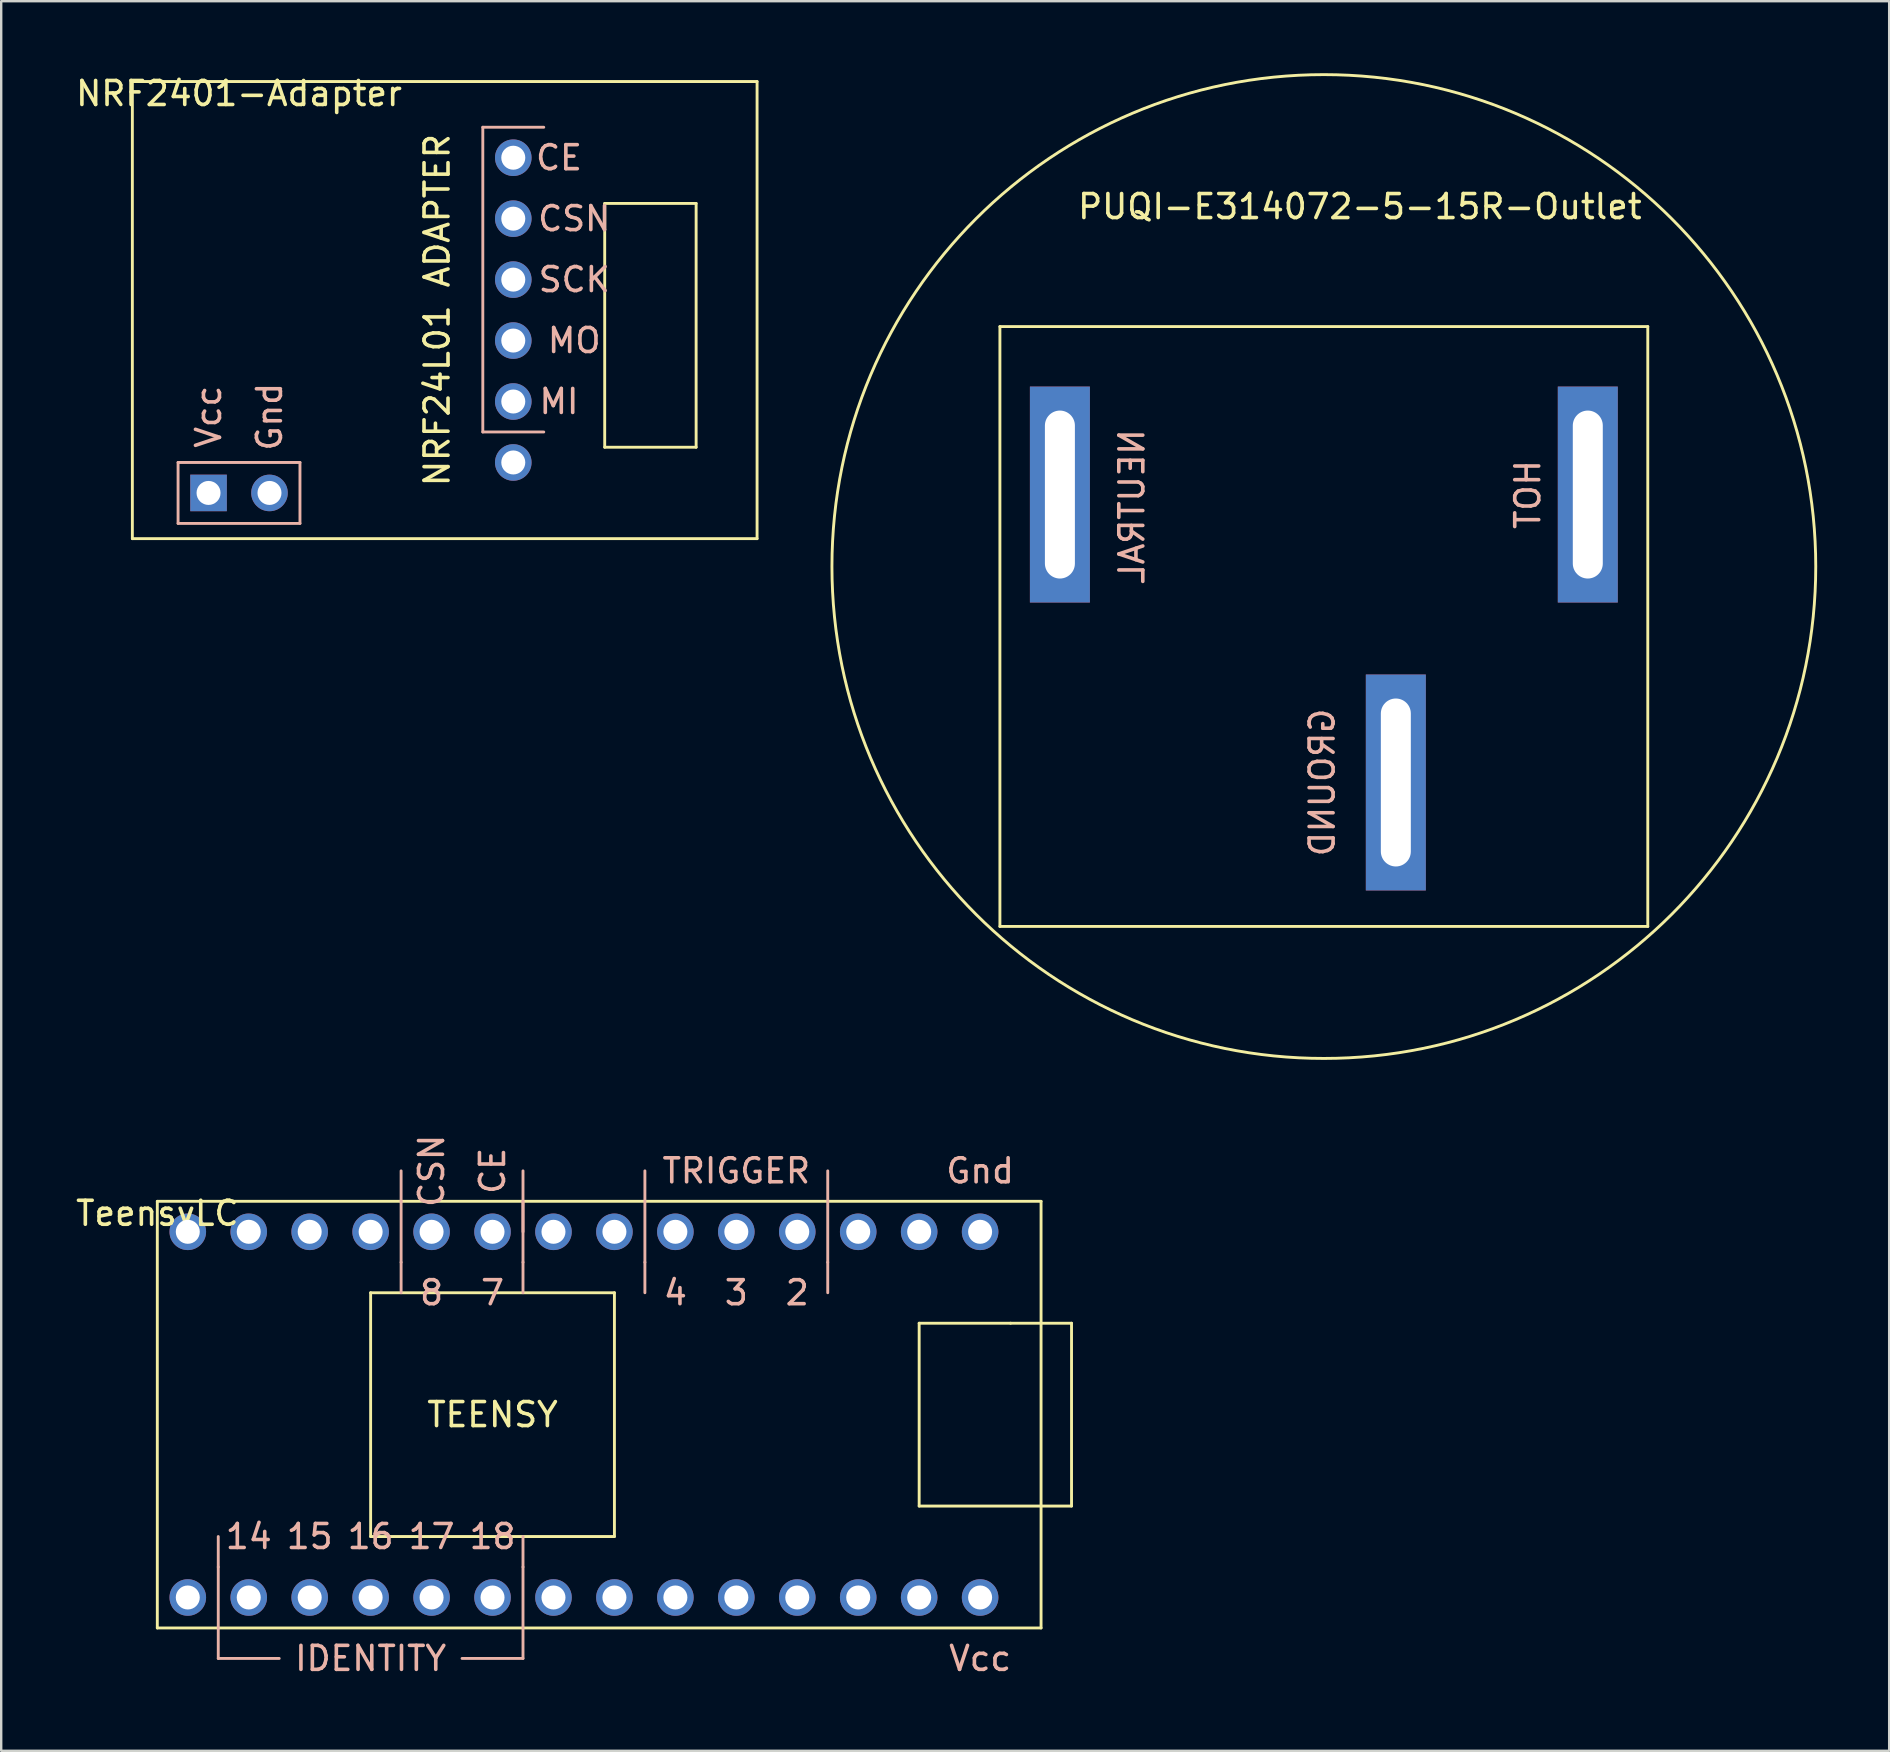
<source format=kicad_pcb>
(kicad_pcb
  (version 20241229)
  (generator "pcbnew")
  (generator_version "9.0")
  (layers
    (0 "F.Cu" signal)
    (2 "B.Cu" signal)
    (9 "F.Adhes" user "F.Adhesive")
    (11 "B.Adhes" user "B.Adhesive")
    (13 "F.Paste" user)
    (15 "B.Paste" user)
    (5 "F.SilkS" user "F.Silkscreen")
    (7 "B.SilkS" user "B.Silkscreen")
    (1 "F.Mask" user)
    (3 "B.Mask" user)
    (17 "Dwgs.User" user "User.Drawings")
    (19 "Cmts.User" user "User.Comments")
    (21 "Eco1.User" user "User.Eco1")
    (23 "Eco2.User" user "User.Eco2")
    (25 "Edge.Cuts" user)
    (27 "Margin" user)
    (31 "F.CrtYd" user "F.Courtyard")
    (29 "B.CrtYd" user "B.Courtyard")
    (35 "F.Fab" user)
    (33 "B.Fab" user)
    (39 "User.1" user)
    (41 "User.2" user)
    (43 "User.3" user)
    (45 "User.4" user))
  (footprint "PUQI-E314072-5-15R-Outlet"
    (layer "F.Cu")
    (at 38.621 10.56)
    (property "Reference" "PUQI-E314072-5-15R-Outlet" (at 15 -5 0) (layer "F.SilkS") (effects (font (size 1 1) (thickness 0.15))))
    (attr through_hole)
    (fp_line (start 0 0) (end 27 0) (stroke (width 0.12) (type solid)) (layer "F.SilkS"))
    (fp_line (start 0 25) (end 0 0) (stroke (width 0.12) (type solid)) (layer "F.SilkS"))
    (fp_line (start 27 0) (end 27 25) (stroke (width 0.12) (type solid)) (layer "F.SilkS"))
    (fp_line (start 27 25) (end 0 25) (stroke (width 0.12) (type solid)) (layer "F.SilkS"))
    (fp_circle (center 13.5 10) (end 34 10) (stroke (width 0.12) (type solid)) (fill no) (layer "F.SilkS"))
    (fp_text user "GROUND" (at 13.43 19 90) (layer "B.SilkS") (effects (font (size 1 1) (thickness 0.15)) (justify mirror)))
    (fp_text user "HOT" (at 22 7 90) (layer "B.SilkS") (effects (font (size 1 1) (thickness 0.15)) (justify mirror)))
    (fp_text user "NEUTRAL" (at 5.5 7.5 90) (layer "B.SilkS") (effects (font (size 1 1) (thickness 0.15)) (justify mirror)))
    (pad "1" thru_hole rect (at 2.5 7) (size 2.5 9) (drill oval 1.25 7) (layers "*.Cu" "*.Mask"))
    (pad "1" thru_hole rect (at 16.5 19) (size 2.5 9) (drill oval 1.25 7) (layers "*.Cu" "*.Mask"))
    (pad "1" thru_hole rect (at 24.5 7) (size 2.5 9) (drill oval 1.25 7) (layers "*.Cu" "*.Mask")))
  (footprint "NRF2401-Adapter"
    (layer "F.Cu")
    (at 6.911 0.348)
    (property "Reference" "NRF2401-Adapter" (at 0 0.5 0) (layer "F.SilkS") (effects (font (size 1 1) (thickness 0.15))))
    (attr through_hole)
    (fp_line (start -4.445 0) (end -4.445 19.05) (stroke (width 0.12) (type solid)) (layer "F.SilkS"))
    (fp_line (start -4.445 19.05) (end 21.59 19.05) (stroke (width 0.12) (type solid)) (layer "F.SilkS"))
    (fp_line (start 15.24 5.08) (end 19.05 5.08) (stroke (width 0.12) (type solid)) (layer "F.SilkS"))
    (fp_line (start 15.24 15.24) (end 15.24 5.08) (stroke (width 0.12) (type solid)) (layer "F.SilkS"))
    (fp_line (start 19.05 5.08) (end 19.05 15.24) (stroke (width 0.12) (type solid)) (layer "F.SilkS"))
    (fp_line (start 19.05 15.24) (end 15.24 15.24) (stroke (width 0.12) (type solid)) (layer "F.SilkS"))
    (fp_line (start 21.59 0) (end -4.445 0) (stroke (width 0.12) (type solid)) (layer "F.SilkS"))
    (fp_line (start 21.59 0) (end 21.59 19.05) (stroke (width 0.12) (type solid)) (layer "F.SilkS"))
    (fp_line (start -2.54 15.875) (end 2.54 15.875) (stroke (width 0.12) (type solid)) (layer "B.SilkS"))
    (fp_line (start -2.54 18.415) (end -2.54 15.875) (stroke (width 0.12) (type solid)) (layer "B.SilkS"))
    (fp_line (start 2.54 15.875) (end 2.54 18.415) (stroke (width 0.12) (type solid)) (layer "B.SilkS"))
    (fp_line (start 2.54 18.415) (end -2.54 18.415) (stroke (width 0.12) (type solid)) (layer "B.SilkS"))
    (fp_line (start 10.16 1.905) (end 10.16 14.605) (stroke (width 0.12) (type solid)) (layer "B.SilkS"))
    (fp_line (start 10.16 14.605) (end 12.7 14.605) (stroke (width 0.12) (type solid)) (layer "B.SilkS"))
    (fp_line (start 12.7 1.905) (end 10.16 1.905) (stroke (width 0.12) (type solid)) (layer "B.SilkS"))
    (fp_text user "NRF24L01 ADAPTER" (at 8.255 9.525 90) (layer "F.SilkS") (effects (font (size 1 1) (thickness 0.15))))
    (fp_text user "MI" (at 13.335 13.335 0) (layer "B.SilkS") (effects (font (size 1 1) (thickness 0.15))))
    (fp_text user "CE" (at 13.335 3.175 0) (layer "B.SilkS") (effects (font (size 1 1) (thickness 0.15))))
    (fp_text user "MO" (at 13.97 10.795 0) (layer "B.SilkS") (effects (font (size 1 1) (thickness 0.15))))
    (fp_text user "CSN" (at 13.97 5.715 0) (layer "B.SilkS") (effects (font (size 1 1) (thickness 0.15))))
    (fp_text user "Gnd" (at 1.27 13.97 90) (layer "B.SilkS") (effects (font (size 1 1) (thickness 0.15))))
    (fp_text user "Vcc" (at -1.27 13.97 90) (layer "B.SilkS") (effects (font (size 1 1) (thickness 0.15))))
    (fp_text user "SCK" (at 13.97 8.255 0) (layer "B.SilkS") (effects (font (size 1 1) (thickness 0.15))))
    (pad "1" thru_hole rect (at -1.27 17.145) (size 1.524 1.524) (drill 1) (layers "*.Cu" "*.Mask"))
    (pad "2" thru_hole circle (at 1.27 17.145) (size 1.524 1.524) (drill 1) (layers "*.Cu" "*.Mask"))
    (pad "3" thru_hole circle (at 11.43 15.875) (size 1.524 1.524) (drill 1) (layers "*.Cu" "*.Mask"))
    (pad "4" thru_hole circle (at 11.43 13.335) (size 1.524 1.524) (drill 1) (layers "*.Cu" "*.Mask"))
    (pad "5" thru_hole circle (at 11.43 10.795) (size 1.524 1.524) (drill 1) (layers "*.Cu" "*.Mask"))
    (pad "6" thru_hole circle (at 11.43 8.255) (size 1.524 1.524) (drill 1) (layers "*.Cu" "*.Mask"))
    (pad "7" thru_hole circle (at 11.43 5.715) (size 1.524 1.524) (drill 1) (layers "*.Cu" "*.Mask"))
    (pad "8" thru_hole circle (at 11.43 3.175) (size 1.524 1.524) (drill 1) (layers "*.Cu" "*.Mask")))
  (footprint "TeensyLC"
    (layer "F.Cu")
    (at 3.506 47.015)
    (property "Reference" "TeensyLC" (at 0 0.5 0) (layer "F.SilkS") (effects (font (size 1 1) (thickness 0.15))))
    (attr through_hole)
    (fp_line (start 0 0) (end 36.83 0) (stroke (width 0.12) (type solid)) (layer "F.SilkS"))
    (fp_line (start 0 17.78) (end 0 0) (stroke (width 0.12) (type solid)) (layer "F.SilkS"))
    (fp_line (start 8.89 3.81) (end 8.89 13.97) (stroke (width 0.12) (type solid)) (layer "F.SilkS"))
    (fp_line (start 8.89 13.97) (end 19.05 13.97) (stroke (width 0.12) (type solid)) (layer "F.SilkS"))
    (fp_line (start 19.05 3.81) (end 8.89 3.81) (stroke (width 0.12) (type solid)) (layer "F.SilkS"))
    (fp_line (start 19.05 13.97) (end 19.05 3.81) (stroke (width 0.12) (type solid)) (layer "F.SilkS"))
    (fp_line (start 31.75 5.08) (end 35.56 5.08) (stroke (width 0.12) (type solid)) (layer "F.SilkS"))
    (fp_line (start 31.75 12.7) (end 31.75 5.08) (stroke (width 0.12) (type solid)) (layer "F.SilkS"))
    (fp_line (start 35.56 5.08) (end 38.1 5.08) (stroke (width 0.12) (type solid)) (layer "F.SilkS"))
    (fp_line (start 36.83 0) (end 36.83 17.78) (stroke (width 0.12) (type solid)) (layer "F.SilkS"))
    (fp_line (start 36.83 17.78) (end 0 17.78) (stroke (width 0.12) (type solid)) (layer "F.SilkS"))
    (fp_line (start 38.1 5.08) (end 38.1 12.7) (stroke (width 0.12) (type solid)) (layer "F.SilkS"))
    (fp_line (start 38.1 12.7) (end 31.75 12.7) (stroke (width 0.12) (type solid)) (layer "F.SilkS"))
    (fp_line (start 2.54 13.97) (end 2.54 15.24) (stroke (width 0.12) (type solid)) (layer "B.SilkS"))
    (fp_line (start 2.54 15.24) (end 2.54 19.05) (stroke (width 0.12) (type solid)) (layer "B.SilkS"))
    (fp_line (start 2.54 19.05) (end 5.08 19.05) (stroke (width 0.12) (type solid)) (layer "B.SilkS"))
    (fp_line (start 10.16 -1.27) (end 10.16 0) (stroke (width 0.12) (type solid)) (layer "B.SilkS"))
    (fp_line (start 10.16 0) (end 10.16 2.54) (stroke (width 0.12) (type solid)) (layer "B.SilkS"))
    (fp_line (start 10.16 2.54) (end 10.16 3.81) (stroke (width 0.12) (type solid)) (layer "B.SilkS"))
    (fp_line (start 12.7 19.05) (end 15.24 19.05) (stroke (width 0.12) (type solid)) (layer "B.SilkS"))
    (fp_line (start 15.24 -1.27) (end 15.24 1.27) (stroke (width 0.12) (type solid)) (layer "B.SilkS"))
    (fp_line (start 15.24 0) (end 15.24 2.54) (stroke (width 0.12) (type solid)) (layer "B.SilkS"))
    (fp_line (start 15.24 2.54) (end 15.24 3.81) (stroke (width 0.12) (type solid)) (layer "B.SilkS"))
    (fp_line (start 15.24 13.97) (end 15.24 15.24) (stroke (width 0.12) (type solid)) (layer "B.SilkS"))
    (fp_line (start 15.24 19.05) (end 15.24 15.24) (stroke (width 0.12) (type solid)) (layer "B.SilkS"))
    (fp_line (start 20.32 -1.27) (end 20.32 2.54) (stroke (width 0.12) (type solid)) (layer "B.SilkS"))
    (fp_line (start 20.32 2.54) (end 20.32 3.81) (stroke (width 0.12) (type solid)) (layer "B.SilkS"))
    (fp_line (start 27.94 -1.27) (end 27.94 2.54) (stroke (width 0.12) (type solid)) (layer "B.SilkS"))
    (fp_line (start 27.94 2.54) (end 27.94 3.81) (stroke (width 0.12) (type solid)) (layer "B.SilkS"))
    (fp_text user "TEENSY" (at 13.97 8.89 0) (layer "F.SilkS") (effects (font (size 1 1) (thickness 0.15))))
    (fp_text user "TRIGGER" (at 24.13 -1.27 0) (layer "B.SilkS") (effects (font (size 1 1) (thickness 0.15))))
    (fp_text user "Gnd" (at 34.29 -1.27 0) (layer "B.SilkS") (effects (font (size 1 1) (thickness 0.15))))
    (fp_text user "Vcc" (at 34.29 19.05 0) (layer "B.SilkS") (effects (font (size 1 1) (thickness 0.15))))
    (fp_text user "4" (at 21.59 3.81 0) (layer "B.SilkS") (effects (font (size 1 1) (thickness 0.15))))
    (fp_text user "2" (at 26.67 3.81 0) (layer "B.SilkS") (effects (font (size 1 1) (thickness 0.15))))
    (fp_text user "3" (at 24.13 3.81 0) (layer "B.SilkS") (effects (font (size 1 1) (thickness 0.15))))
    (fp_text user "IDENTITY" (at 8.89 19.05 0) (layer "B.SilkS") (effects (font (size 1 1) (thickness 0.15))))
    (fp_text user "15" (at 6.35 13.97 0) (layer "B.SilkS") (effects (font (size 1 1) (thickness 0.15))))
    (fp_text user "7" (at 13.97 3.81 0) (layer "B.SilkS") (effects (font (size 1 1) (thickness 0.15))))
    (fp_text user "16" (at 8.89 13.97 0) (layer "B.SilkS") (effects (font (size 1 1) (thickness 0.15))))
    (fp_text user "17" (at 11.43 13.97 0) (layer "B.SilkS") (effects (font (size 1 1) (thickness 0.15))))
    (fp_text user "8" (at 11.43 3.81 0) (layer "B.SilkS") (effects (font (size 1 1) (thickness 0.15))))
    (fp_text user "CE" (at 13.97 -1.27 90) (layer "B.SilkS") (effects (font (size 1 1) (thickness 0.15))))
    (fp_text user "18" (at 13.97 13.97 0) (layer "B.SilkS") (effects (font (size 1 1) (thickness 0.15))))
    (fp_text user "CSN" (at 11.43 -1.27 90) (layer "B.SilkS") (effects (font (size 1 1) (thickness 0.15))))
    (fp_text user "14" (at 3.81 13.97 0) (layer "B.SilkS") (effects (font (size 1 1) (thickness 0.15))))
    (pad "1" thru_hole circle (at 1.27 16.51) (size 1.524 1.524) (drill 1) (layers "*.Cu" "*.Mask"))
    (pad "2" thru_hole circle (at 3.81 16.51) (size 1.524 1.524) (drill 1) (layers "*.Cu" "*.Mask"))
    (pad "3" thru_hole circle (at 6.35 16.51) (size 1.524 1.524) (drill 1) (layers "*.Cu" "*.Mask"))
    (pad "4" thru_hole circle (at 8.89 16.51) (size 1.524 1.524) (drill 1) (layers "*.Cu" "*.Mask"))
    (pad "5" thru_hole circle (at 11.43 16.51) (size 1.524 1.524) (drill 1) (layers "*.Cu" "*.Mask"))
    (pad "6" thru_hole circle (at 13.97 16.51) (size 1.524 1.524) (drill 1) (layers "*.Cu" "*.Mask"))
    (pad "7" thru_hole circle (at 16.51 16.51) (size 1.524 1.524) (drill 1) (layers "*.Cu" "*.Mask"))
    (pad "8" thru_hole circle (at 19.05 16.51) (size 1.524 1.524) (drill 1) (layers "*.Cu" "*.Mask"))
    (pad "9" thru_hole circle (at 21.59 16.51) (size 1.524 1.524) (drill 1) (layers "*.Cu" "*.Mask"))
    (pad "10" thru_hole circle (at 24.13 16.51) (size 1.524 1.524) (drill 1) (layers "*.Cu" "*.Mask"))
    (pad "11" thru_hole circle (at 26.67 16.51) (size 1.524 1.524) (drill 1) (layers "*.Cu" "*.Mask"))
    (pad "12" thru_hole circle (at 29.21 16.51) (size 1.524 1.524) (drill 1) (layers "*.Cu" "*.Mask"))
    (pad "13" thru_hole circle (at 31.75 16.51) (size 1.524 1.524) (drill 1) (layers "*.Cu" "*.Mask"))
    (pad "14" thru_hole circle (at 34.29 16.51) (size 1.524 1.524) (drill 1) (layers "*.Cu" "*.Mask"))
    (pad "15" thru_hole circle (at 34.29 1.27) (size 1.524 1.524) (drill 1) (layers "*.Cu" "*.Mask"))
    (pad "16" thru_hole circle (at 31.75 1.27) (size 1.524 1.524) (drill 1) (layers "*.Cu" "*.Mask"))
    (pad "17" thru_hole circle (at 29.21 1.27) (size 1.524 1.524) (drill 1) (layers "*.Cu" "*.Mask"))
    (pad "18" thru_hole circle (at 26.67 1.27) (size 1.524 1.524) (drill 1) (layers "*.Cu" "*.Mask"))
    (pad "19" thru_hole circle (at 24.13 1.27) (size 1.524 1.524) (drill 1) (layers "*.Cu" "*.Mask"))
    (pad "20" thru_hole circle (at 21.59 1.27) (size 1.524 1.524) (drill 1) (layers "*.Cu" "*.Mask"))
    (pad "21" thru_hole circle (at 19.05 1.27) (size 1.524 1.524) (drill 1) (layers "*.Cu" "*.Mask"))
    (pad "22" thru_hole circle (at 16.51 1.27) (size 1.524 1.524) (drill 1) (layers "*.Cu" "*.Mask"))
    (pad "23" thru_hole circle (at 13.97 1.27) (size 1.524 1.524) (drill 1) (layers "*.Cu" "*.Mask"))
    (pad "24" thru_hole circle (at 11.43 1.27) (size 1.524 1.524) (drill 1) (layers "*.Cu" "*.Mask"))
    (pad "25" thru_hole circle (at 8.89 1.27) (size 1.524 1.524) (drill 1) (layers "*.Cu" "*.Mask"))
    (pad "26" thru_hole circle (at 6.35 1.27) (size 1.524 1.524) (drill 1) (layers "*.Cu" "*.Mask"))
    (pad "27" thru_hole circle (at 3.81 1.27) (size 1.524 1.524) (drill 1) (layers "*.Cu" "*.Mask"))
    (pad "28" thru_hole circle (at 1.27 1.27) (size 1.524 1.524) (drill 1) (layers "*.Cu" "*.Mask")))
  (gr_rect
    (start -3 -3)
    (end 75.681 69.913)
    (stroke (width 0.1) (type default))
    (fill no)
    (layer "Edge.Cuts")))
</source>
